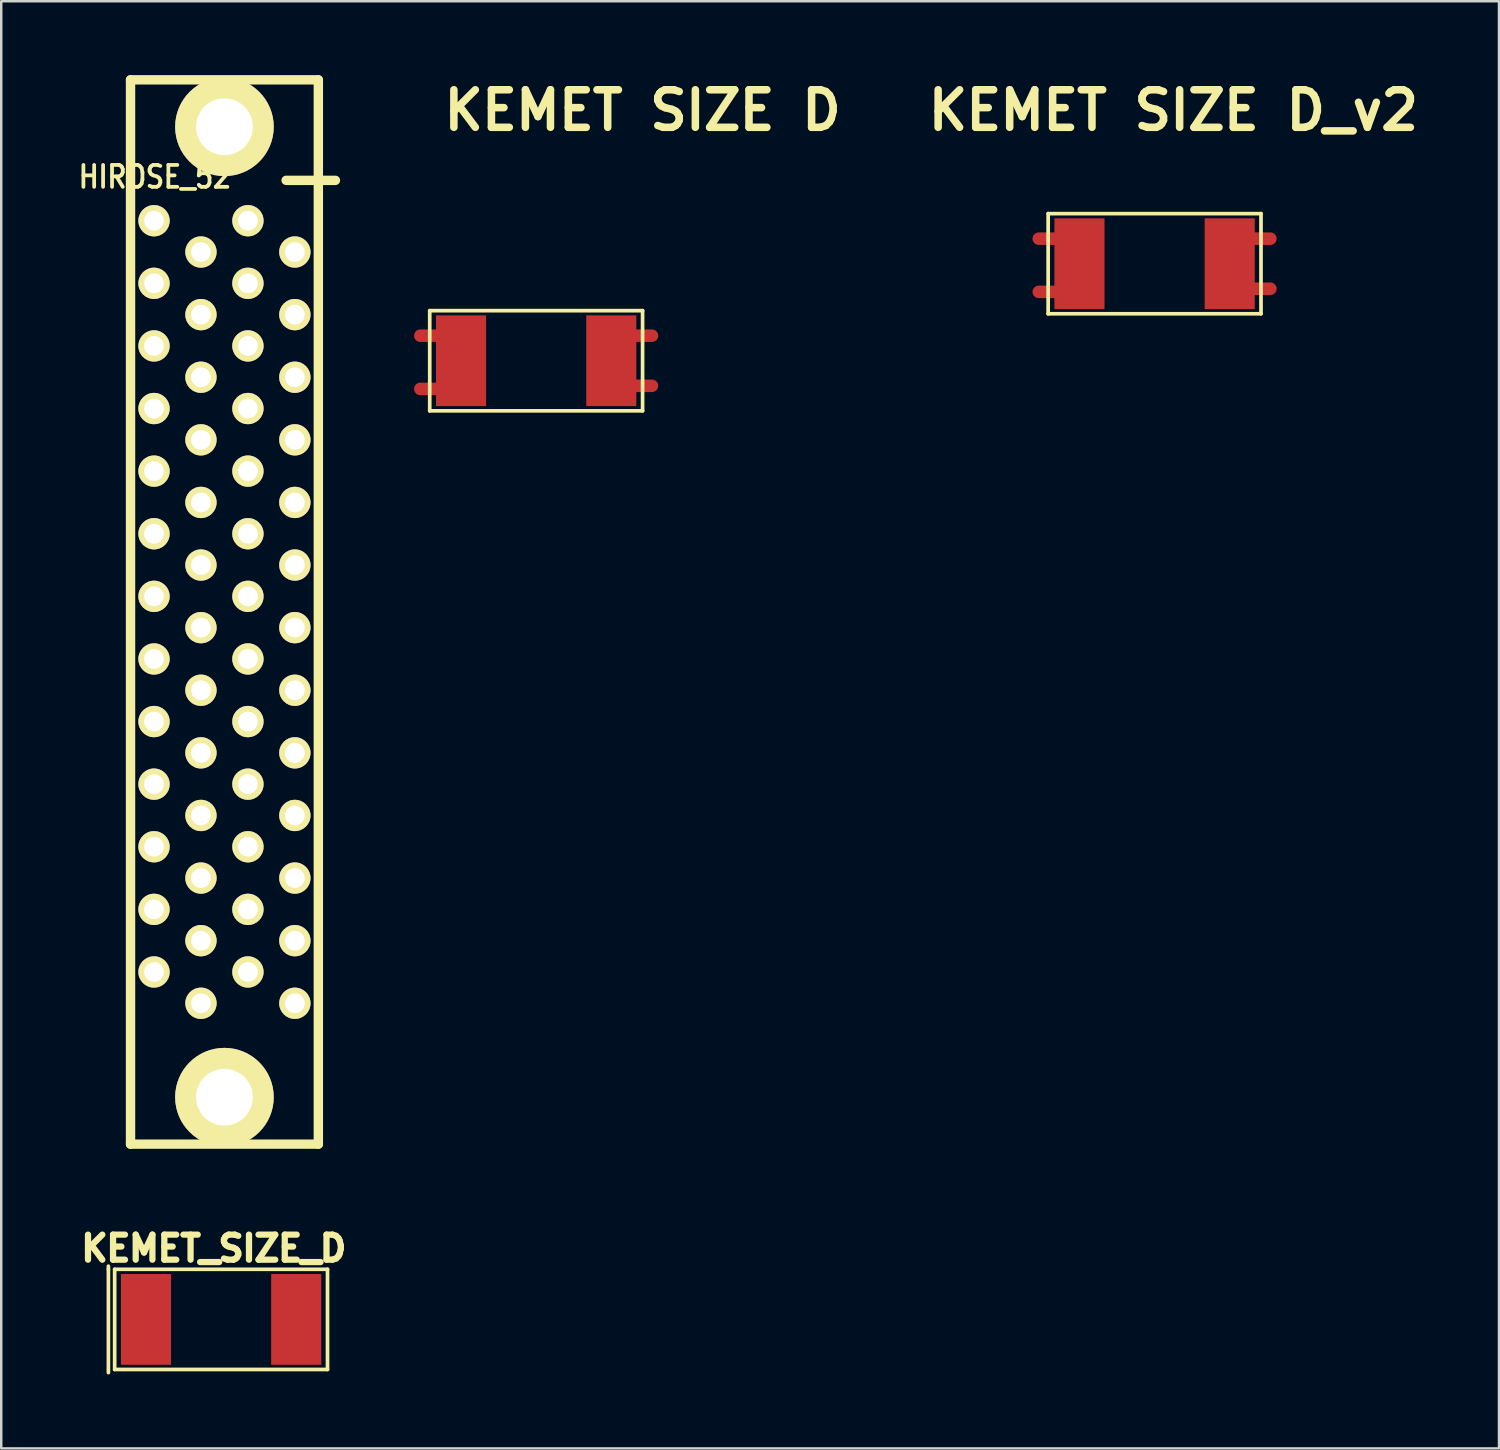
<source format=kicad_pcb>
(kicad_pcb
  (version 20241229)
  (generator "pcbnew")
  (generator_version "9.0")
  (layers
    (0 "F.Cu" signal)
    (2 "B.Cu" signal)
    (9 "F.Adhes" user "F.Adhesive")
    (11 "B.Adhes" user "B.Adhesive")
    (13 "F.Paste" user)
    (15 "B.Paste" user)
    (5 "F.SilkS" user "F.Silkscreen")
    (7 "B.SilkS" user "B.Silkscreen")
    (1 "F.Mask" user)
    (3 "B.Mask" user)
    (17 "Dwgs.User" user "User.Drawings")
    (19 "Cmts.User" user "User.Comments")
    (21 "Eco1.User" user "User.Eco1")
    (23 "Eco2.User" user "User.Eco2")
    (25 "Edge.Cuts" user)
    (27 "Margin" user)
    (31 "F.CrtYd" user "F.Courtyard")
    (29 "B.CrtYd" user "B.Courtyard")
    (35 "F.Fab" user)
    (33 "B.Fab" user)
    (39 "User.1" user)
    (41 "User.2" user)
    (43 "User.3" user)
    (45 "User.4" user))
  (footprint "KEMET SIZE D"
    (layer "F.Cu")
    (at 21.751 10.316)
    (property "Reference" "KEMET SIZE D" (at 1.27 -8.89 0) (layer "F.SilkS") (effects (font (size 1.524 1.524) (thickness 0.305))))
    (attr through_hole)
    (fp_line (start -7.366 -0.762) (end 1.27 -0.762) (stroke (width 0.15) (type solid)) (layer "F.SilkS"))
    (fp_line (start -7.366 3.302) (end -7.366 -0.762) (stroke (width 0.15) (type solid)) (layer "F.SilkS"))
    (fp_line (start 1.27 -0.762) (end 1.27 3.302) (stroke (width 0.15) (type solid)) (layer "F.SilkS"))
    (fp_line (start 1.27 3.302) (end -7.366 3.302) (stroke (width 0.15) (type solid)) (layer "F.SilkS"))
    (pad "1" smd oval (at -7.366 0.254) (size 1.27 0.508) (layers "F.Cu" "F.Mask" "F.Paste"))
    (pad "1" smd oval (at -7.366 2.413) (size 1.27 0.508) (layers "F.Cu" "F.Mask" "F.Paste"))
    (pad "1" smd rect (at -6.096 1.27) (size 2.032 3.683) (layers "F.Cu" "F.Mask" "F.Paste"))
    (pad "2" smd rect (at 0 1.27) (size 2.032 3.683) (layers "F.Cu" "F.Mask" "F.Paste"))
    (pad "2" smd oval (at 1.27 0.254) (size 1.27 0.508) (layers "F.Cu" "F.Mask" "F.Paste"))
    (pad "2" smd oval (at 1.27 2.286) (size 1.27 0.508) (layers "F.Cu" "F.Mask" "F.Paste")))
  (footprint "KEMET SIZE D_v2"
    (layer "F.Cu")
    (at 46.842 6.379)
    (property "Reference" "KEMET SIZE D_v2" (at -2.286 -4.953 0) (layer "F.SilkS") (effects (font (size 1.524 1.524) (thickness 0.305))))
    (attr through_hole)
    (fp_line (start -7.366 -0.762) (end 1.27 -0.762) (stroke (width 0.15) (type solid)) (layer "F.SilkS"))
    (fp_line (start -7.366 3.302) (end -7.366 -0.762) (stroke (width 0.15) (type solid)) (layer "F.SilkS"))
    (fp_line (start 1.27 -0.762) (end 1.27 3.302) (stroke (width 0.15) (type solid)) (layer "F.SilkS"))
    (fp_line (start 1.27 3.302) (end -7.366 3.302) (stroke (width 0.15) (type solid)) (layer "F.SilkS"))
    (pad "1" smd oval (at -7.366 0.254) (size 1.27 0.508) (layers "F.Cu" "F.Mask" "F.Paste"))
    (pad "1" smd oval (at -7.366 2.413) (size 1.27 0.508) (layers "F.Cu" "F.Mask" "F.Paste"))
    (pad "1" smd rect (at -6.096 1.27) (size 2.032 3.683) (layers "F.Cu" "F.Mask" "F.Paste"))
    (pad "2" smd rect (at 0 1.27) (size 2.032 3.683) (layers "F.Cu" "F.Mask" "F.Paste"))
    (pad "2" smd oval (at 1.27 0.254) (size 1.27 0.508) (layers "F.Cu" "F.Mask" "F.Paste"))
    (pad "2" smd oval (at 1.27 2.286) (size 1.27 0.508) (layers "F.Cu" "F.Mask" "F.Paste")))
  (footprint "KEMET_SIZE_D"
    (layer "F.Cu")
    (at 8.968 49.211)
    (property "Reference" "KEMET_SIZE_D" (at -3.343 -1.61 0) (layer "F.SilkS") (effects (font (size 1.016 1.016) (thickness 0.305))))
    (attr through_hole)
    (fp_line (start -7.62 -0.762) (end -7.62 -0.889) (stroke (width 0.15) (type solid)) (layer "F.SilkS"))
    (fp_line (start -7.62 -0.762) (end -7.62 3.429) (stroke (width 0.15) (type solid)) (layer "F.SilkS"))
    (fp_line (start -7.366 -0.762) (end 1.27 -0.762) (stroke (width 0.15) (type solid)) (layer "F.SilkS"))
    (fp_line (start -7.366 3.302) (end -7.366 -0.762) (stroke (width 0.15) (type solid)) (layer "F.SilkS"))
    (fp_line (start 1.27 -0.762) (end 1.27 3.302) (stroke (width 0.15) (type solid)) (layer "F.SilkS"))
    (fp_line (start 1.27 3.302) (end -7.366 3.302) (stroke (width 0.15) (type solid)) (layer "F.SilkS"))
    (pad "1" smd rect (at -6.096 1.27) (size 2.032 3.683) (layers "F.Cu" "F.Mask" "F.Paste"))
    (pad "2" smd rect (at 0 1.27) (size 2.032 3.683) (layers "F.Cu" "F.Mask" "F.Paste")))
  (footprint "HIROSE_52"
    (layer "F.Cu")
    (at 6.056 21.78)
    (property "Reference" "HIROSE_52" (at -2.819 -17.653 0) (layer "F.SilkS") (effects (font (size 0.889 0.762) (thickness 0.152))))
    (attr through_hole)
    (fp_line (start -3.81 -21.59) (end 3.81 -21.59) (stroke (width 0.381) (type solid)) (layer "F.SilkS"))
    (fp_line (start -3.81 21.59) (end -3.81 -21.59) (stroke (width 0.381) (type solid)) (layer "F.SilkS"))
    (fp_line (start 2.502 -17.513) (end 4.503 -17.513) (stroke (width 0.381) (type solid)) (layer "F.SilkS"))
    (fp_line (start 3.81 -21.59) (end 3.81 21.59) (stroke (width 0.381) (type solid)) (layer "F.SilkS"))
    (fp_line (start 3.81 21.59) (end -3.81 21.59) (stroke (width 0.381) (type solid)) (layer "F.SilkS"))
    (pad "0" thru_hole circle (at 0 -19.685) (size 4 4) (drill 2.301) (layers "*.Cu" "*.Mask" "F.SilkS"))
    (pad "0" thru_hole circle (at 0 19.685) (size 4 4) (drill 2.301) (layers "*.Cu" "*.Mask" "F.SilkS"))
    (pad "A1" thru_hole circle (at 0.953 -15.875) (size 1.27 1.27) (drill 0.8) (layers "*.Cu" "*.Mask" "F.SilkS"))
    (pad "A2" thru_hole circle (at 2.857 -14.605) (size 1.27 1.27) (drill 0.8) (layers "*.Cu" "*.Mask" "F.SilkS"))
    (pad "A3" thru_hole circle (at 0.953 -13.335) (size 1.27 1.27) (drill 0.8) (layers "*.Cu" "*.Mask" "F.SilkS"))
    (pad "A4" thru_hole circle (at 2.857 -12.065) (size 1.27 1.27) (drill 0.8) (layers "*.Cu" "*.Mask" "F.SilkS"))
    (pad "A5" thru_hole circle (at 0.953 -10.795) (size 1.27 1.27) (drill 0.8) (layers "*.Cu" "*.Mask" "F.SilkS"))
    (pad "A6" thru_hole circle (at 2.857 -9.525) (size 1.27 1.27) (drill 0.8) (layers "*.Cu" "*.Mask" "F.SilkS"))
    (pad "A7" thru_hole circle (at 0.953 -8.255) (size 1.27 1.27) (drill 0.8) (layers "*.Cu" "*.Mask" "F.SilkS"))
    (pad "A8" thru_hole circle (at 2.857 -6.985) (size 1.27 1.27) (drill 0.8) (layers "*.Cu" "*.Mask" "F.SilkS"))
    (pad "A9" thru_hole circle (at 0.953 -5.715) (size 1.27 1.27) (drill 0.8) (layers "*.Cu" "*.Mask" "F.SilkS"))
    (pad "A10" thru_hole circle (at 2.857 -4.445) (size 1.27 1.27) (drill 0.8) (layers "*.Cu" "*.Mask" "F.SilkS"))
    (pad "A11" thru_hole circle (at 0.953 -3.175) (size 1.27 1.27) (drill 0.8) (layers "*.Cu" "*.Mask" "F.SilkS"))
    (pad "A12" thru_hole circle (at 2.857 -1.905) (size 1.27 1.27) (drill 0.8) (layers "*.Cu" "*.Mask" "F.SilkS"))
    (pad "A13" thru_hole circle (at 0.953 -0.635) (size 1.27 1.27) (drill 0.8) (layers "*.Cu" "*.Mask" "F.SilkS"))
    (pad "A14" thru_hole circle (at 2.857 0.635) (size 1.27 1.27) (drill 0.8) (layers "*.Cu" "*.Mask" "F.SilkS"))
    (pad "A15" thru_hole circle (at 0.953 1.905) (size 1.27 1.27) (drill 0.8) (layers "*.Cu" "*.Mask" "F.SilkS"))
    (pad "A16" thru_hole circle (at 2.857 3.175) (size 1.27 1.27) (drill 0.8) (layers "*.Cu" "*.Mask" "F.SilkS"))
    (pad "A17" thru_hole circle (at 0.953 4.445) (size 1.27 1.27) (drill 0.8) (layers "*.Cu" "*.Mask" "F.SilkS"))
    (pad "A18" thru_hole circle (at 2.857 5.715) (size 1.27 1.27) (drill 0.8) (layers "*.Cu" "*.Mask" "F.SilkS"))
    (pad "A19" thru_hole circle (at 0.953 6.985) (size 1.27 1.27) (drill 0.8) (layers "*.Cu" "*.Mask" "F.SilkS"))
    (pad "A20" thru_hole circle (at 2.857 8.255) (size 1.27 1.27) (drill 0.8) (layers "*.Cu" "*.Mask" "F.SilkS"))
    (pad "A21" thru_hole circle (at 0.953 9.525) (size 1.27 1.27) (drill 0.8) (layers "*.Cu" "*.Mask" "F.SilkS"))
    (pad "A22" thru_hole circle (at 2.857 10.795) (size 1.27 1.27) (drill 0.8) (layers "*.Cu" "*.Mask" "F.SilkS"))
    (pad "A23" thru_hole circle (at 0.953 12.065) (size 1.27 1.27) (drill 0.8) (layers "*.Cu" "*.Mask" "F.SilkS"))
    (pad "A24" thru_hole circle (at 2.857 13.335) (size 1.27 1.27) (drill 0.8) (layers "*.Cu" "*.Mask" "F.SilkS"))
    (pad "A25" thru_hole circle (at 0.953 14.605) (size 1.27 1.27) (drill 0.8) (layers "*.Cu" "*.Mask" "F.SilkS"))
    (pad "A26" thru_hole circle (at 2.857 15.875) (size 1.27 1.27) (drill 0.8) (layers "*.Cu" "*.Mask" "F.SilkS"))
    (pad "B1" thru_hole circle (at -2.857 -15.875) (size 1.27 1.27) (drill 0.8) (layers "*.Cu" "*.Mask" "F.SilkS"))
    (pad "B2" thru_hole circle (at -0.953 -14.605) (size 1.27 1.27) (drill 0.8) (layers "*.Cu" "*.Mask" "F.SilkS"))
    (pad "B3" thru_hole circle (at -2.857 -13.335) (size 1.27 1.27) (drill 0.8) (layers "*.Cu" "*.Mask" "F.SilkS"))
    (pad "B4" thru_hole circle (at -0.953 -12.065) (size 1.27 1.27) (drill 0.8) (layers "*.Cu" "*.Mask" "F.SilkS"))
    (pad "B5" thru_hole circle (at -2.857 -10.795) (size 1.27 1.27) (drill 0.8) (layers "*.Cu" "*.Mask" "F.SilkS"))
    (pad "B6" thru_hole circle (at -0.953 -9.525) (size 1.27 1.27) (drill 0.8) (layers "*.Cu" "*.Mask" "F.SilkS"))
    (pad "B7" thru_hole circle (at -2.857 -8.255) (size 1.27 1.27) (drill 0.8) (layers "*.Cu" "*.Mask" "F.SilkS"))
    (pad "B8" thru_hole circle (at -0.953 -6.985) (size 1.27 1.27) (drill 0.8) (layers "*.Cu" "*.Mask" "F.SilkS"))
    (pad "B9" thru_hole circle (at -2.857 -5.715) (size 1.27 1.27) (drill 0.8) (layers "*.Cu" "*.Mask" "F.SilkS"))
    (pad "B10" thru_hole circle (at -0.953 -4.445) (size 1.27 1.27) (drill 0.8) (layers "*.Cu" "*.Mask" "F.SilkS"))
    (pad "B11" thru_hole circle (at -2.857 -3.175) (size 1.27 1.27) (drill 0.8) (layers "*.Cu" "*.Mask" "F.SilkS"))
    (pad "B12" thru_hole circle (at -0.953 -1.905) (size 1.27 1.27) (drill 0.8) (layers "*.Cu" "*.Mask" "F.SilkS"))
    (pad "B13" thru_hole circle (at -2.857 -0.635) (size 1.27 1.27) (drill 0.8) (layers "*.Cu" "*.Mask" "F.SilkS"))
    (pad "B14" thru_hole circle (at -0.953 0.635) (size 1.27 1.27) (drill 0.8) (layers "*.Cu" "*.Mask" "F.SilkS"))
    (pad "B15" thru_hole circle (at -2.857 1.905) (size 1.27 1.27) (drill 0.8) (layers "*.Cu" "*.Mask" "F.SilkS"))
    (pad "B16" thru_hole circle (at -0.953 3.175) (size 1.27 1.27) (drill 0.8) (layers "*.Cu" "*.Mask" "F.SilkS"))
    (pad "B17" thru_hole circle (at -2.857 4.445) (size 1.27 1.27) (drill 0.8) (layers "*.Cu" "*.Mask" "F.SilkS"))
    (pad "B18" thru_hole circle (at -0.953 5.715) (size 1.27 1.27) (drill 0.8) (layers "*.Cu" "*.Mask" "F.SilkS"))
    (pad "B19" thru_hole circle (at -2.857 6.985) (size 1.27 1.27) (drill 0.8) (layers "*.Cu" "*.Mask" "F.SilkS"))
    (pad "B20" thru_hole circle (at -0.953 8.255) (size 1.27 1.27) (drill 0.8) (layers "*.Cu" "*.Mask" "F.SilkS"))
    (pad "B21" thru_hole circle (at -2.857 9.525) (size 1.27 1.27) (drill 0.8) (layers "*.Cu" "*.Mask" "F.SilkS"))
    (pad "B22" thru_hole circle (at -0.953 10.795) (size 1.27 1.27) (drill 0.8) (layers "*.Cu" "*.Mask" "F.SilkS"))
    (pad "B23" thru_hole circle (at -2.857 12.065) (size 1.27 1.27) (drill 0.8) (layers "*.Cu" "*.Mask" "F.SilkS"))
    (pad "B24" thru_hole circle (at -0.953 13.335) (size 1.27 1.27) (drill 0.8) (layers "*.Cu" "*.Mask" "F.SilkS"))
    (pad "B25" thru_hole circle (at -2.857 14.605) (size 1.27 1.27) (drill 0.8) (layers "*.Cu" "*.Mask" "F.SilkS"))
    (pad "B26" thru_hole circle (at -0.953 15.875) (size 1.27 1.27) (drill 0.8) (layers "*.Cu" "*.Mask" "F.SilkS")))
  (gr_rect
    (start -3 -3)
    (end 57.767 55.715)
    (stroke (width 0.1) (type default))
    (fill no)
    (layer "Edge.Cuts")))
</source>
